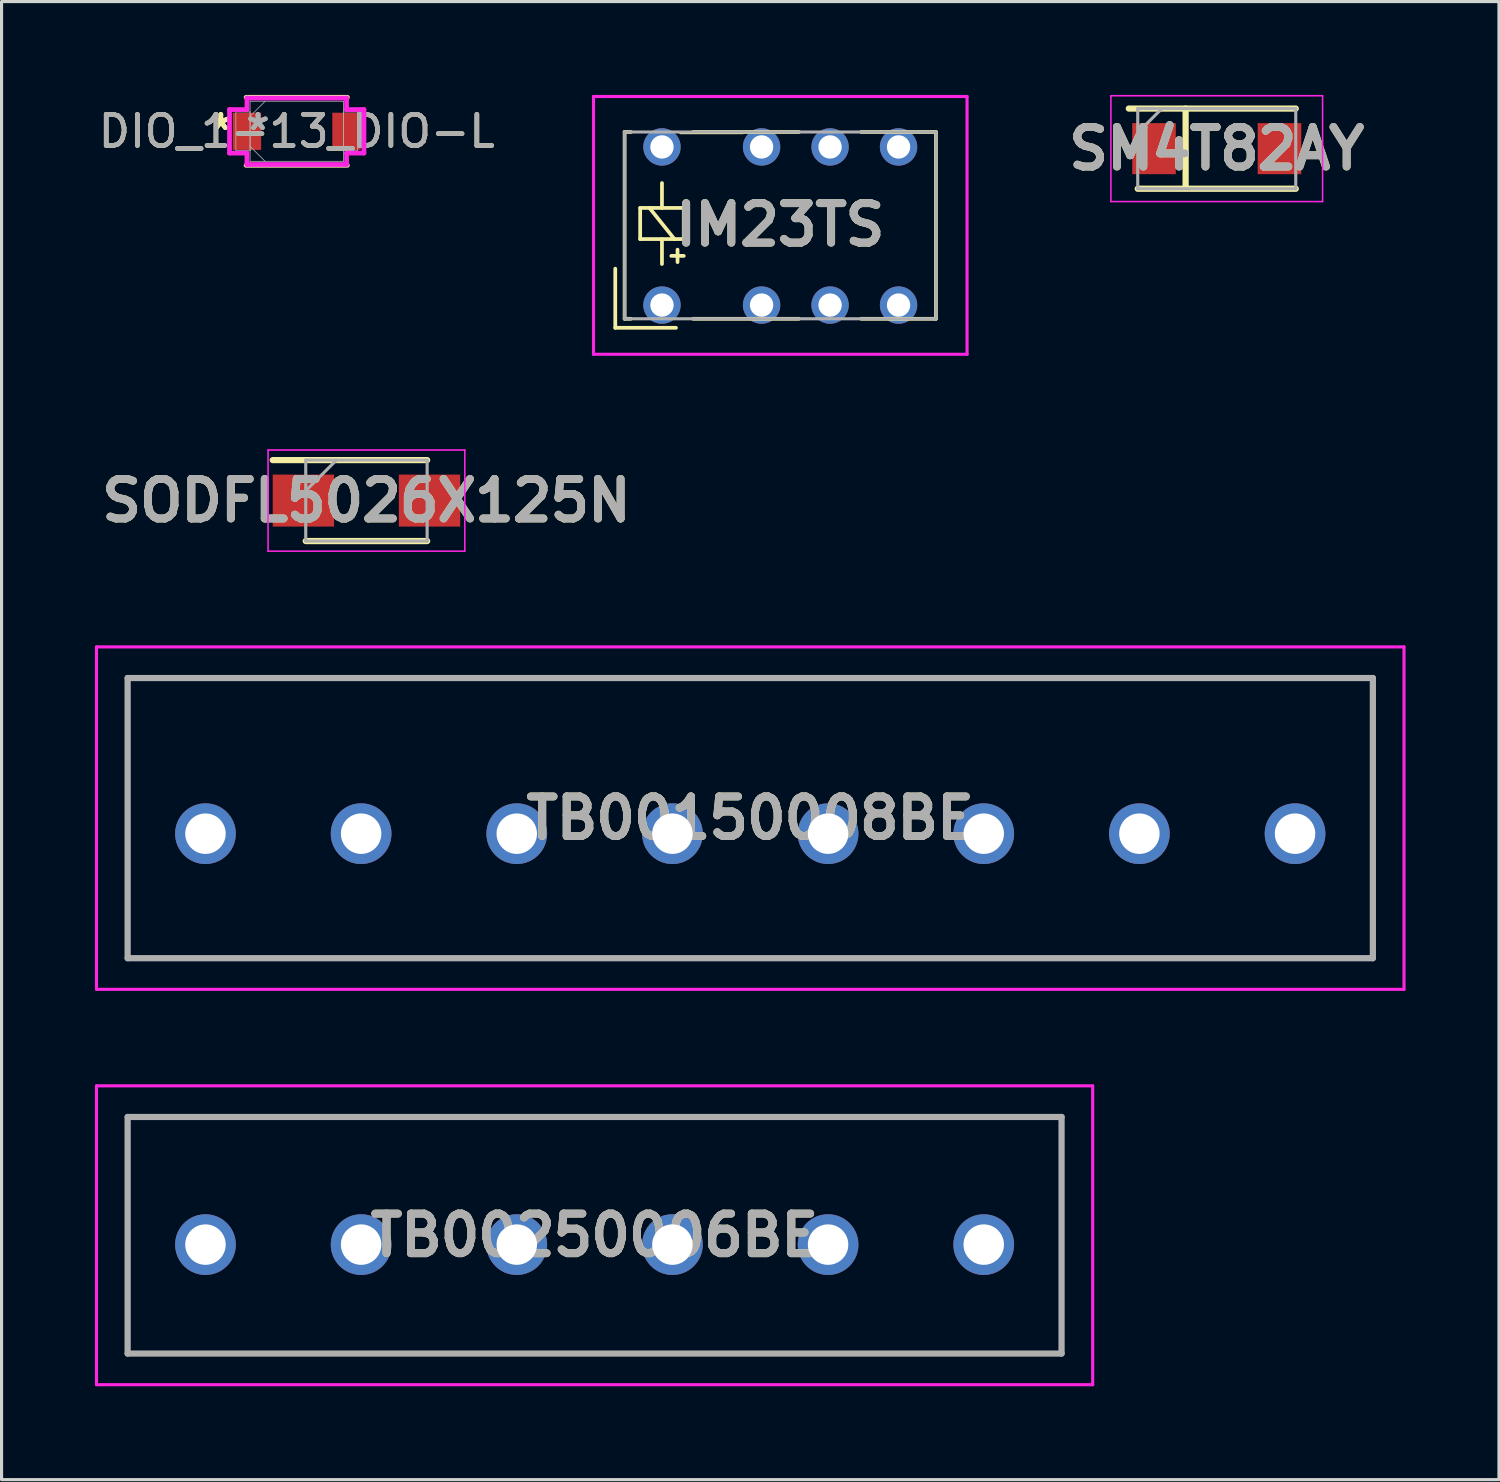
<source format=kicad_pcb>
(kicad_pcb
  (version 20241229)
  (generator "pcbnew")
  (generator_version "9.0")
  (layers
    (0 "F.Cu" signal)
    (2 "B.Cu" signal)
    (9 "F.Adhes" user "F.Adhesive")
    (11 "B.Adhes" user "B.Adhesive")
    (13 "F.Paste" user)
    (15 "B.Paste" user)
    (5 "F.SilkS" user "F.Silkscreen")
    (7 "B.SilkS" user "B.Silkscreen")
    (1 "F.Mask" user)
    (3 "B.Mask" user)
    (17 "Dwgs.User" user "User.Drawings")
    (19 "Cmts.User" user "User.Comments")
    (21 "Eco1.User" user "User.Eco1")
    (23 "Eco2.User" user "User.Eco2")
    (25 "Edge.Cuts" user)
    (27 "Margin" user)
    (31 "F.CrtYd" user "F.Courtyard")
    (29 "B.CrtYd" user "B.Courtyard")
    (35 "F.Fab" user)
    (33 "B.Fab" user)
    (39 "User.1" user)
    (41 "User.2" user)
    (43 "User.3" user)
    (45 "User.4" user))
  (footprint "DIO_1-13_DIO-L"
    (layer "F.Cu")
    (at 6.482 1.168)
    (property "Reference" "DIO_1-13_DIO-L" (at 0 0 0) (unlocked yes) (layer "F.SilkS") (effects (font (size 1 1) (thickness 0.15))))
    (attr smd)
    (fp_line (start -1.626 1.092) (end 1.626 1.092) (stroke (width 0.152) (type solid)) (layer "F.SilkS"))
    (fp_line (start 1.626 -1.092) (end -1.626 -1.092) (stroke (width 0.152) (type solid)) (layer "F.SilkS"))
    (fp_line (start -2.159 -0.699) (end -1.6 -0.699) (stroke (width 0.152) (type solid)) (layer "F.CrtYd"))
    (fp_line (start -2.159 0.699) (end -2.159 -0.699) (stroke (width 0.152) (type solid)) (layer "F.CrtYd"))
    (fp_line (start -1.6 -1.067) (end 1.6 -1.067) (stroke (width 0.152) (type solid)) (layer "F.CrtYd"))
    (fp_line (start -1.6 -0.699) (end -1.6 -1.067) (stroke (width 0.152) (type solid)) (layer "F.CrtYd"))
    (fp_line (start -1.6 0.699) (end -2.159 0.699) (stroke (width 0.152) (type solid)) (layer "F.CrtYd"))
    (fp_line (start -1.6 1.067) (end -1.6 0.699) (stroke (width 0.152) (type solid)) (layer "F.CrtYd"))
    (fp_line (start 1.6 -1.067) (end 1.6 -0.699) (stroke (width 0.152) (type solid)) (layer "F.CrtYd"))
    (fp_line (start 1.6 -0.699) (end 2.159 -0.699) (stroke (width 0.152) (type solid)) (layer "F.CrtYd"))
    (fp_line (start 1.6 0.699) (end 1.6 1.067) (stroke (width 0.152) (type solid)) (layer "F.CrtYd"))
    (fp_line (start 1.6 1.067) (end -1.6 1.067) (stroke (width 0.152) (type solid)) (layer "F.CrtYd"))
    (fp_line (start 2.159 -0.699) (end 2.159 0.699) (stroke (width 0.152) (type solid)) (layer "F.CrtYd"))
    (fp_line (start 2.159 0.699) (end 1.6 0.699) (stroke (width 0.152) (type solid)) (layer "F.CrtYd"))
    (fp_line (start -1.956 -0.622) (end -1.956 0.622) (stroke (width 0.025) (type solid)) (layer "F.Fab"))
    (fp_line (start -1.956 0.622) (end -1.499 0.622) (stroke (width 0.025) (type solid)) (layer "F.Fab"))
    (fp_line (start -1.499 -0.965) (end -1.499 0.965) (stroke (width 0.025) (type solid)) (layer "F.Fab"))
    (fp_line (start -1.499 -0.622) (end -1.956 -0.622) (stroke (width 0.025) (type solid)) (layer "F.Fab"))
    (fp_line (start -1.499 -0.483) (end -1.016 -0.965) (stroke (width 0.025) (type solid)) (layer "F.Fab"))
    (fp_line (start -1.499 0.483) (end -1.016 0.965) (stroke (width 0.025) (type solid)) (layer "F.Fab"))
    (fp_line (start -1.499 0.622) (end -1.499 -0.622) (stroke (width 0.025) (type solid)) (layer "F.Fab"))
    (fp_line (start -1.499 0.965) (end 1.499 0.965) (stroke (width 0.025) (type solid)) (layer "F.Fab"))
    (fp_line (start 1.499 -0.965) (end -1.499 -0.965) (stroke (width 0.025) (type solid)) (layer "F.Fab"))
    (fp_line (start 1.499 -0.622) (end 1.499 0.622) (stroke (width 0.025) (type solid)) (layer "F.Fab"))
    (fp_line (start 1.499 0.622) (end 1.956 0.622) (stroke (width 0.025) (type solid)) (layer "F.Fab"))
    (fp_line (start 1.499 0.965) (end 1.499 -0.965) (stroke (width 0.025) (type solid)) (layer "F.Fab"))
    (fp_line (start 1.956 -0.622) (end 1.499 -0.622) (stroke (width 0.025) (type solid)) (layer "F.Fab"))
    (fp_line (start 1.956 0.622) (end 1.956 -0.622) (stroke (width 0.025) (type solid)) (layer "F.Fab"))
    (fp_text user "*" (at -2.438 0 0) (unlocked yes) (layer "F.SilkS") (effects (font (size 1 1) (thickness 0.15))))
    (fp_text user "*" (at -2.438 0 0) (layer "F.SilkS") (effects (font (size 1 1) (thickness 0.15))))
    (fp_text user "${REFERENCE}" (at 0 0 0) (unlocked yes) (layer "F.Fab") (effects (font (size 1 1) (thickness 0.15))))
    (fp_text user "*" (at -1.245 0 0) (layer "F.Fab") (effects (font (size 1 1) (thickness 0.15))))
    (fp_text user "*" (at -1.245 0 0) (unlocked yes) (layer "F.Fab") (effects (font (size 1 1) (thickness 0.15))))
    (pad "1" smd rect (at -1.6 0) (size 0.914 1.194) (layers "F.Cu" "F.Mask" "F.Paste"))
    (pad "2" smd rect (at 1.6 0) (size 0.914 1.194) (layers "F.Cu" "F.Mask" "F.Paste"))
    (zone (net_name "") (layer "F.Cu") (hatch full 0.508) (connect_pads) (min_thickness 0.254) (filled_areas_thickness no) (keepout (tracks not_allowed) (vias not_allowed) (pads allowed) (copperpour not_allowed) (footprints allowed)) (placement (enabled no)) (fill) (polygon (pts (xy 5.39 0.254) (xy 7.574 0.254) (xy 7.574 2.083) (xy 5.39 2.083)))))
  (footprint "TB00250006BE"
    (layer "F.Cu")
    (at 3.55 36.93)
    (property "Reference" "TB00250006BE" (at 12.5 -0.3 0) (layer "F.SilkS") (effects (font (size 1.27 1.27) (thickness 0.254))))
    (attr through_hole)
    (fp_line (start -2.5 -4.1) (end 27.5 -4.1) (stroke (width 0.1) (type solid)) (layer "F.SilkS"))
    (fp_line (start -2.5 3.5) (end -2.5 -4.1) (stroke (width 0.1) (type solid)) (layer "F.SilkS"))
    (fp_line (start 27.5 -4.1) (end 27.5 3.5) (stroke (width 0.1) (type solid)) (layer "F.SilkS"))
    (fp_line (start 27.5 3.5) (end -2.5 3.5) (stroke (width 0.1) (type solid)) (layer "F.SilkS"))
    (fp_line (start -3.5 -5.1) (end 28.5 -5.1) (stroke (width 0.1) (type solid)) (layer "F.CrtYd"))
    (fp_line (start -3.5 4.5) (end -3.5 -5.1) (stroke (width 0.1) (type solid)) (layer "F.CrtYd"))
    (fp_line (start 28.5 -5.1) (end 28.5 4.5) (stroke (width 0.1) (type solid)) (layer "F.CrtYd"))
    (fp_line (start 28.5 4.5) (end -3.5 4.5) (stroke (width 0.1) (type solid)) (layer "F.CrtYd"))
    (fp_line (start -2.5 -4.1) (end 27.5 -4.1) (stroke (width 0.2) (type solid)) (layer "F.Fab"))
    (fp_line (start -2.5 3.5) (end -2.5 -4.1) (stroke (width 0.2) (type solid)) (layer "F.Fab"))
    (fp_line (start 27.5 -4.1) (end 27.5 3.5) (stroke (width 0.2) (type solid)) (layer "F.Fab"))
    (fp_line (start 27.5 3.5) (end -2.5 3.5) (stroke (width 0.2) (type solid)) (layer "F.Fab"))
    (fp_text user "${REFERENCE}" (at 12.5 -0.3 0) (layer "F.Fab") (effects (font (size 1.27 1.27) (thickness 0.254))))
    (pad "1" thru_hole circle (at 0 0) (size 1.95 1.95) (drill 1.3) (layers "*.Cu" "*.Mask"))
    (pad "2" thru_hole circle (at 5 0) (size 1.95 1.95) (drill 1.3) (layers "*.Cu" "*.Mask"))
    (pad "3" thru_hole circle (at 10 0) (size 1.95 1.95) (drill 1.3) (layers "*.Cu" "*.Mask"))
    (pad "4" thru_hole circle (at 15 0) (size 1.95 1.95) (drill 1.3) (layers "*.Cu" "*.Mask"))
    (pad "5" thru_hole circle (at 20 0) (size 1.95 1.95) (drill 1.3) (layers "*.Cu" "*.Mask"))
    (pad "6" thru_hole circle (at 25 0) (size 1.95 1.95) (drill 1.3) (layers "*.Cu" "*.Mask")))
  (footprint "SM4T82AY"
    (layer "F.Cu")
    (at 36.035 1.725)
    (property "Reference" "SM4T82AY" (at 0 0 0) (layer "F.SilkS") (effects (font (size 1.27 1.27) (thickness 0.254))))
    (attr smd)
    (fp_line (start -2.538 1.288) (end 2.538 1.288) (stroke (width 0.2) (type solid)) (layer "F.SilkS"))
    (fp_line (start -1 -1.288) (end -1 1.2) (stroke (width 0.2) (type solid)) (layer "F.SilkS"))
    (fp_line (start 2.538 -1.288) (end -2.825 -1.288) (stroke (width 0.2) (type solid)) (layer "F.SilkS"))
    (fp_line (start -3.4 -1.7) (end 3.4 -1.7) (stroke (width 0.05) (type solid)) (layer "F.CrtYd"))
    (fp_line (start -3.4 1.7) (end -3.4 -1.7) (stroke (width 0.05) (type solid)) (layer "F.CrtYd"))
    (fp_line (start 3.4 -1.7) (end 3.4 1.7) (stroke (width 0.05) (type solid)) (layer "F.CrtYd"))
    (fp_line (start 3.4 1.7) (end -3.4 1.7) (stroke (width 0.05) (type solid)) (layer "F.CrtYd"))
    (fp_line (start -2.538 -1.288) (end 2.538 -1.288) (stroke (width 0.1) (type solid)) (layer "F.Fab"))
    (fp_line (start -2.538 -0.512) (end -1.762 -1.288) (stroke (width 0.1) (type solid)) (layer "F.Fab"))
    (fp_line (start -2.538 1.288) (end -2.538 -1.288) (stroke (width 0.1) (type solid)) (layer "F.Fab"))
    (fp_line (start 2.538 -1.288) (end 2.538 1.288) (stroke (width 0.1) (type solid)) (layer "F.Fab"))
    (fp_line (start 2.538 1.288) (end -2.538 1.288) (stroke (width 0.1) (type solid)) (layer "F.Fab"))
    (fp_text user "${REFERENCE}" (at 0 0 0) (layer "F.Fab") (effects (font (size 1.27 1.27) (thickness 0.254))))
    (pad "1" smd rect (at -2.015 0) (size 1.4 1.64) (layers "F.Cu" "F.Mask" "F.Paste"))
    (pad "2" smd rect (at 2.015 0) (size 1.4 1.64) (layers "F.Cu" "F.Mask" "F.Paste")))
  (footprint "TB00150008BE"
    (layer "F.Cu")
    (at 3.55 23.73)
    (property "Reference" "TB00150008BE" (at 17.5 -0.5 0) (layer "F.SilkS") (effects (font (size 1.27 1.27) (thickness 0.254))))
    (attr through_hole)
    (fp_line (start -2.5 -5) (end 37.5 -5) (stroke (width 0.1) (type solid)) (layer "F.SilkS"))
    (fp_line (start -2.5 4) (end -2.5 -5) (stroke (width 0.1) (type solid)) (layer "F.SilkS"))
    (fp_line (start 37.5 -5) (end 37.5 4) (stroke (width 0.1) (type solid)) (layer "F.SilkS"))
    (fp_line (start 37.5 4) (end -2.5 4) (stroke (width 0.1) (type solid)) (layer "F.SilkS"))
    (fp_line (start -3.5 -6) (end 38.5 -6) (stroke (width 0.1) (type solid)) (layer "F.CrtYd"))
    (fp_line (start -3.5 5) (end -3.5 -6) (stroke (width 0.1) (type solid)) (layer "F.CrtYd"))
    (fp_line (start 38.5 -6) (end 38.5 5) (stroke (width 0.1) (type solid)) (layer "F.CrtYd"))
    (fp_line (start 38.5 5) (end -3.5 5) (stroke (width 0.1) (type solid)) (layer "F.CrtYd"))
    (fp_line (start -2.5 -5) (end 37.5 -5) (stroke (width 0.2) (type solid)) (layer "F.Fab"))
    (fp_line (start -2.5 4) (end -2.5 -5) (stroke (width 0.2) (type solid)) (layer "F.Fab"))
    (fp_line (start 37.5 -5) (end 37.5 4) (stroke (width 0.2) (type solid)) (layer "F.Fab"))
    (fp_line (start 37.5 4) (end -2.5 4) (stroke (width 0.2) (type solid)) (layer "F.Fab"))
    (fp_text user "${REFERENCE}" (at 17.5 -0.5 0) (layer "F.Fab") (effects (font (size 1.27 1.27) (thickness 0.254))))
    (pad "1" thru_hole circle (at 0 0) (size 1.95 1.95) (drill 1.3) (layers "*.Cu" "*.Mask"))
    (pad "2" thru_hole circle (at 5 0) (size 1.95 1.95) (drill 1.3) (layers "*.Cu" "*.Mask"))
    (pad "3" thru_hole circle (at 10 0) (size 1.95 1.95) (drill 1.3) (layers "*.Cu" "*.Mask"))
    (pad "4" thru_hole circle (at 15 0) (size 1.95 1.95) (drill 1.3) (layers "*.Cu" "*.Mask"))
    (pad "5" thru_hole circle (at 20 0) (size 1.95 1.95) (drill 1.3) (layers "*.Cu" "*.Mask"))
    (pad "6" thru_hole circle (at 25 0) (size 1.95 1.95) (drill 1.3) (layers "*.Cu" "*.Mask"))
    (pad "7" thru_hole circle (at 30 0) (size 1.95 1.95) (drill 1.3) (layers "*.Cu" "*.Mask"))
    (pad "8" thru_hole circle (at 35 0) (size 1.95 1.95) (drill 1.3) (layers "*.Cu" "*.Mask")))
  (footprint "IM23TS"
    (layer "F.Cu")
    (at 22.014 4.17)
    (property "Reference" "IM23TS" (at 0 0 0) (layer "F.SilkS") (effects (font (size 1.27 1.27) (thickness 0.254))))
    (attr through_hole)
    (fp_line (start -5.3 3.31) (end -5.3 1.41) (stroke (width 0.12) (type solid)) (layer "F.SilkS"))
    (fp_line (start -5 -2.98) (end -5 3.02) (stroke (width 0.12) (type solid)) (layer "F.SilkS"))
    (fp_line (start -5 3.02) (end -4.8 3.02) (stroke (width 0.12) (type solid)) (layer "F.SilkS"))
    (fp_line (start -4.8 -2.98) (end -5 -2.98) (stroke (width 0.12) (type solid)) (layer "F.SilkS"))
    (fp_line (start -4.5 -0.54) (end -4.5 0.46) (stroke (width 0.12) (type solid)) (layer "F.SilkS"))
    (fp_line (start -4.5 0.46) (end -3.1 0.46) (stroke (width 0.12) (type solid)) (layer "F.SilkS"))
    (fp_line (start -3.8 -0.54) (end -3.8 -1.34) (stroke (width 0.12) (type solid)) (layer "F.SilkS"))
    (fp_line (start -3.8 0.46) (end -3.8 1.26) (stroke (width 0.12) (type solid)) (layer "F.SilkS"))
    (fp_line (start -3.5 1) (end -3.1 1) (stroke (width 0.12) (type solid)) (layer "F.SilkS"))
    (fp_line (start -3.4 0.46) (end -4.2 -0.54) (stroke (width 0.12) (type solid)) (layer "F.SilkS"))
    (fp_line (start -3.35 3.31) (end -5.3 3.31) (stroke (width 0.12) (type solid)) (layer "F.SilkS"))
    (fp_line (start -3.3 0.8) (end -3.3 1.2) (stroke (width 0.12) (type solid)) (layer "F.SilkS"))
    (fp_line (start -3.2 -2.96) (end -1.2 -2.96) (stroke (width 0.1) (type solid)) (layer "F.SilkS"))
    (fp_line (start -3.1 -0.54) (end -4.5 -0.54) (stroke (width 0.12) (type solid)) (layer "F.SilkS"))
    (fp_line (start -3.1 -0.54) (end -3.1 0.46) (stroke (width 0.12) (type solid)) (layer "F.SilkS"))
    (fp_line (start -2.8 -2.98) (end 0.6 -2.98) (stroke (width 0.12) (type solid)) (layer "F.SilkS"))
    (fp_line (start -2.8 3.02) (end 0.6 3.02) (stroke (width 0.12) (type solid)) (layer "F.SilkS"))
    (fp_line (start 2.6 3.02) (end 5 3.02) (stroke (width 0.12) (type solid)) (layer "F.SilkS"))
    (fp_line (start 5 -2.98) (end 2.6 -2.98) (stroke (width 0.12) (type solid)) (layer "F.SilkS"))
    (fp_line (start 5 3.02) (end 5 -2.98) (stroke (width 0.12) (type solid)) (layer "F.SilkS"))
    (fp_line (start -6 -4.12) (end 6 -4.12) (stroke (width 0.1) (type solid)) (layer "F.CrtYd"))
    (fp_line (start -6 4.16) (end -6 -4.12) (stroke (width 0.1) (type solid)) (layer "F.CrtYd"))
    (fp_line (start 6 -4.12) (end 6 4.16) (stroke (width 0.1) (type solid)) (layer "F.CrtYd"))
    (fp_line (start 6 4.16) (end -6 4.16) (stroke (width 0.1) (type solid)) (layer "F.CrtYd"))
    (fp_line (start -5 -2.98) (end 5 -2.98) (stroke (width 0.1) (type solid)) (layer "F.Fab"))
    (fp_line (start -5 3.02) (end -5 -2.98) (stroke (width 0.1) (type solid)) (layer "F.Fab"))
    (fp_line (start 5 -2.98) (end 5 3.02) (stroke (width 0.1) (type solid)) (layer "F.Fab"))
    (fp_line (start 5 3.02) (end -5 3.02) (stroke (width 0.1) (type solid)) (layer "F.Fab"))
    (fp_text user "${REFERENCE}" (at 0 0 0) (layer "F.Fab") (effects (font (size 1.27 1.27) (thickness 0.254))))
    (pad "1" thru_hole circle (at -3.8 2.58) (size 1.2 1.2) (drill 0.75) (layers "*.Cu" "*.Mask"))
    (pad "2" thru_hole circle (at -0.6 2.58) (size 1.2 1.2) (drill 0.75) (layers "*.Cu" "*.Mask"))
    (pad "3" thru_hole circle (at 1.6 2.58) (size 1.2 1.2) (drill 0.75) (layers "*.Cu" "*.Mask"))
    (pad "4" thru_hole circle (at 3.8 2.58) (size 1.2 1.2) (drill 0.75) (layers "*.Cu" "*.Mask"))
    (pad "5" thru_hole circle (at 3.8 -2.5) (size 1.2 1.2) (drill 0.75) (layers "*.Cu" "*.Mask"))
    (pad "6" thru_hole circle (at 1.6 -2.5) (size 1.2 1.2) (drill 0.75) (layers "*.Cu" "*.Mask"))
    (pad "7" thru_hole circle (at -0.6 -2.5) (size 1.2 1.2) (drill 0.75) (layers "*.Cu" "*.Mask"))
    (pad "8" thru_hole circle (at -3.8 -2.5) (size 1.2 1.2) (drill 0.75) (layers "*.Cu" "*.Mask")))
  (footprint "SODFL5026X125N"
    (layer "F.Cu")
    (at 8.721 13.03)
    (property "Reference" "SODFL5026X125N" (at 0 0 0) (layer "F.SilkS") (effects (font (size 1.27 1.27) (thickness 0.254))))
    (attr smd)
    (fp_line (start -3.01 -1.3) (end 1.95 -1.3) (stroke (width 0.2) (type solid)) (layer "F.SilkS"))
    (fp_line (start -1.95 1.3) (end 1.95 1.3) (stroke (width 0.2) (type solid)) (layer "F.SilkS"))
    (fp_line (start -3.16 -1.625) (end 3.16 -1.625) (stroke (width 0.05) (type solid)) (layer "F.CrtYd"))
    (fp_line (start -3.16 1.625) (end -3.16 -1.625) (stroke (width 0.05) (type solid)) (layer "F.CrtYd"))
    (fp_line (start 3.16 -1.625) (end 3.16 1.625) (stroke (width 0.05) (type solid)) (layer "F.CrtYd"))
    (fp_line (start 3.16 1.625) (end -3.16 1.625) (stroke (width 0.05) (type solid)) (layer "F.CrtYd"))
    (fp_line (start -1.95 -1.3) (end 1.95 -1.3) (stroke (width 0.1) (type solid)) (layer "F.Fab"))
    (fp_line (start -1.95 -0.315) (end -0.965 -1.3) (stroke (width 0.1) (type solid)) (layer "F.Fab"))
    (fp_line (start -1.95 1.3) (end -1.95 -1.3) (stroke (width 0.1) (type solid)) (layer "F.Fab"))
    (fp_line (start 1.95 -1.3) (end 1.95 1.3) (stroke (width 0.1) (type solid)) (layer "F.Fab"))
    (fp_line (start 1.95 1.3) (end -1.95 1.3) (stroke (width 0.1) (type solid)) (layer "F.Fab"))
    (fp_text user "${REFERENCE}" (at 0 0 0) (layer "F.Fab") (effects (font (size 1.27 1.27) (thickness 0.254))))
    (pad "1" smd rect (at -2.025 0 90) (size 1.67 1.97) (layers "F.Cu" "F.Mask" "F.Paste"))
    (pad "2" smd rect (at 2.025 0 90) (size 1.67 1.97) (layers "F.Cu" "F.Mask" "F.Paste")))
  (gr_rect
    (start -3 -3)
    (end 45.1 44.48)
    (stroke (width 0.1) (type default))
    (fill no)
    (layer "Edge.Cuts")))
</source>
